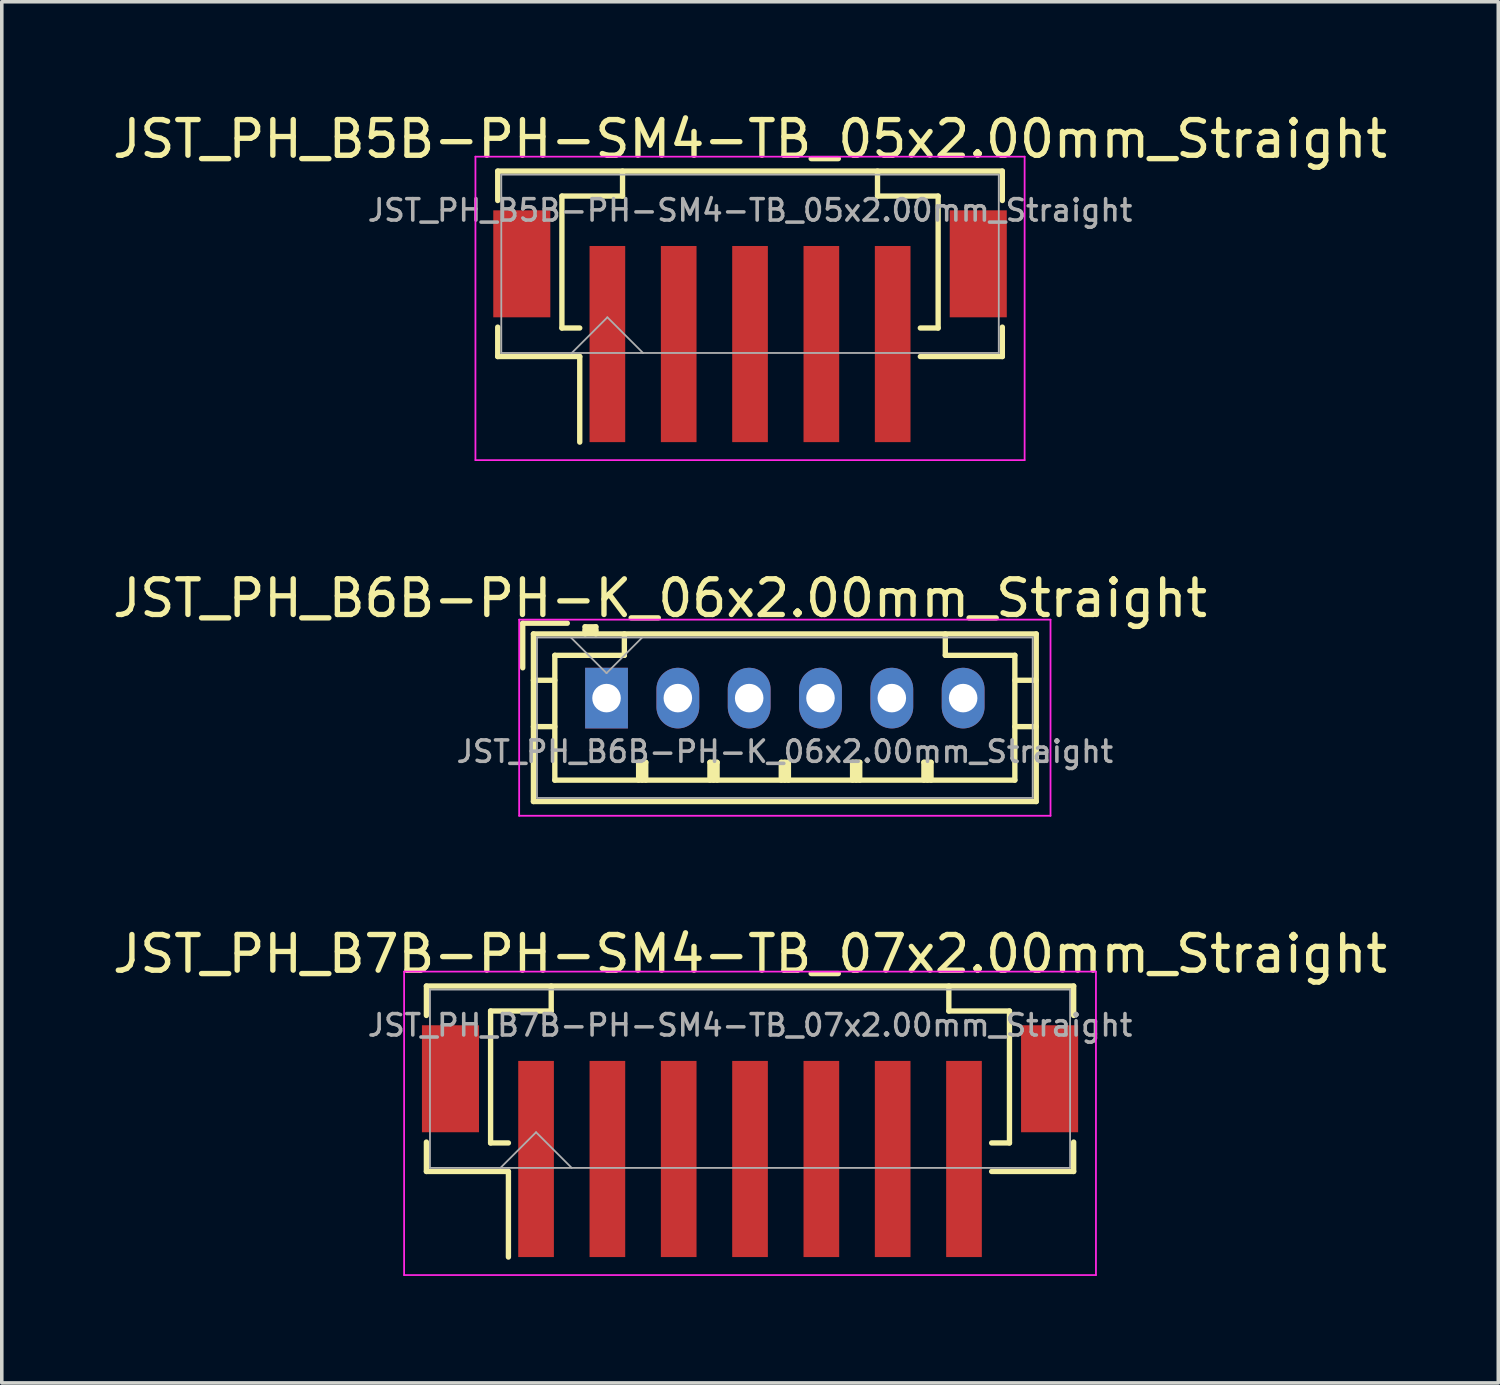
<source format=kicad_pcb>
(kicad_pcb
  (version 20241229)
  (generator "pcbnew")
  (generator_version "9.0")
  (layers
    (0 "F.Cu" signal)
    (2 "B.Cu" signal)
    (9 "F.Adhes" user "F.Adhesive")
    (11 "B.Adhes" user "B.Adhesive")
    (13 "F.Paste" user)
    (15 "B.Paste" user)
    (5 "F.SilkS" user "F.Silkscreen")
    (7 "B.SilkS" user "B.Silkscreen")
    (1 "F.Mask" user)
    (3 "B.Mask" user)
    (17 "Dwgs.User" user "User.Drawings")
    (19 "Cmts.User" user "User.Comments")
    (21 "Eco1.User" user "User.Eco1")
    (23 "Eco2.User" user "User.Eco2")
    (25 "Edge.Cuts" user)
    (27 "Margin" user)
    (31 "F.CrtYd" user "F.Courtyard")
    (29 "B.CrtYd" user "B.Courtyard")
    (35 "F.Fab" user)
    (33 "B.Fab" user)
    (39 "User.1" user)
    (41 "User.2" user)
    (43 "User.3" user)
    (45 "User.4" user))
  (footprint "JST_PH_B7B-PH-SM4-TB_07x2.00mm_Straight"
    (layer "F.Cu")
    (at 17.982 28.325)
    (property "Reference" "JST_PH_B7B-PH-SM4-TB_07x2.00mm_Straight" (at 0 -2.625 0) (layer "F.Fab") (effects (font (size 0.6 0.6) (thickness 0.1))))
    (attr smd)
    (fp_line (start -9.075 -3.725) (end 9.075 -3.725) (stroke (width 0.15) (type solid)) (layer "F.SilkS"))
    (fp_line (start -9.075 -2.9) (end -9.075 -3.725) (stroke (width 0.15) (type solid)) (layer "F.SilkS"))
    (fp_line (start -9.075 0.65) (end -9.075 1.475) (stroke (width 0.15) (type solid)) (layer "F.SilkS"))
    (fp_line (start -9.075 1.475) (end -6.775 1.475) (stroke (width 0.15) (type solid)) (layer "F.SilkS"))
    (fp_line (start -7.275 -3.025) (end -7.275 0.675) (stroke (width 0.15) (type solid)) (layer "F.SilkS"))
    (fp_line (start -7.275 0.675) (end -6.775 0.675) (stroke (width 0.15) (type solid)) (layer "F.SilkS"))
    (fp_line (start -6.775 1.475) (end -6.775 3.875) (stroke (width 0.15) (type solid)) (layer "F.SilkS"))
    (fp_line (start -5.575 -3.725) (end -5.575 -3.025) (stroke (width 0.15) (type solid)) (layer "F.SilkS"))
    (fp_line (start -5.575 -3.025) (end -7.275 -3.025) (stroke (width 0.15) (type solid)) (layer "F.SilkS"))
    (fp_line (start 5.575 -3.725) (end 5.575 -3.025) (stroke (width 0.15) (type solid)) (layer "F.SilkS"))
    (fp_line (start 5.575 -3.025) (end 7.275 -3.025) (stroke (width 0.15) (type solid)) (layer "F.SilkS"))
    (fp_line (start 7.275 -3.025) (end 7.275 0.675) (stroke (width 0.15) (type solid)) (layer "F.SilkS"))
    (fp_line (start 7.275 0.675) (end 6.775 0.675) (stroke (width 0.15) (type solid)) (layer "F.SilkS"))
    (fp_line (start 9.075 -3.725) (end 9.075 -2.9) (stroke (width 0.15) (type solid)) (layer "F.SilkS"))
    (fp_line (start 9.075 0.65) (end 9.075 1.475) (stroke (width 0.15) (type solid)) (layer "F.SilkS"))
    (fp_line (start 9.075 1.475) (end 6.775 1.475) (stroke (width 0.15) (type solid)) (layer "F.SilkS"))
    (fp_line (start -9.7 -4.13) (end -9.7 4.38) (stroke (width 0.05) (type solid)) (layer "F.CrtYd"))
    (fp_line (start -9.7 4.38) (end 9.7 4.38) (stroke (width 0.05) (type solid)) (layer "F.CrtYd"))
    (fp_line (start 9.7 -4.13) (end -9.7 -4.13) (stroke (width 0.05) (type solid)) (layer "F.CrtYd"))
    (fp_line (start 9.7 4.38) (end 9.7 -4.13) (stroke (width 0.05) (type solid)) (layer "F.CrtYd"))
    (fp_line (start -8.975 -3.625) (end -8.975 1.375) (stroke (width 0.05) (type solid)) (layer "F.Fab"))
    (fp_line (start -8.975 1.375) (end 8.975 1.375) (stroke (width 0.05) (type solid)) (layer "F.Fab"))
    (fp_line (start -7 1.375) (end -6 0.375) (stroke (width 0.05) (type solid)) (layer "F.Fab"))
    (fp_line (start -6 0.375) (end -5 1.375) (stroke (width 0.05) (type solid)) (layer "F.Fab"))
    (fp_line (start 8.975 -3.625) (end -8.975 -3.625) (stroke (width 0.05) (type solid)) (layer "F.Fab"))
    (fp_line (start 8.975 1.375) (end 8.975 -3.625) (stroke (width 0.05) (type solid)) (layer "F.Fab"))
    (fp_text user "${REFERENCE}" (at 0 -4.625 0) (layer "F.SilkS") (effects (font (size 1 1) (thickness 0.15))))
    (pad "" smd rect (at -8.4 -1.125) (size 1.6 3) (layers "F.Cu" "F.Mask" "F.Paste"))
    (pad "" smd rect (at 8.4 -1.125) (size 1.6 3) (layers "F.Cu" "F.Mask" "F.Paste"))
    (pad "1" smd rect (at -6 1.125) (size 1 5.5) (layers "F.Cu" "F.Mask" "F.Paste"))
    (pad "2" smd rect (at -4 1.125) (size 1 5.5) (layers "F.Cu" "F.Mask" "F.Paste"))
    (pad "3" smd rect (at -2 1.125) (size 1 5.5) (layers "F.Cu" "F.Mask" "F.Paste"))
    (pad "4" smd rect (at 0 1.125) (size 1 5.5) (layers "F.Cu" "F.Mask" "F.Paste"))
    (pad "5" smd rect (at 2 1.125) (size 1 5.5) (layers "F.Cu" "F.Mask" "F.Paste"))
    (pad "6" smd rect (at 4 1.125) (size 1 5.5) (layers "F.Cu" "F.Mask" "F.Paste"))
    (pad "7" smd rect (at 6 1.125) (size 1 5.5) (layers "F.Cu" "F.Mask" "F.Paste")))
  (footprint "JST_PH_B6B-PH-K_06x2.00mm_Straight"
    (layer "F.Cu")
    (at 13.958 16.526)
    (property "Reference" "JST_PH_B6B-PH-K_06x2.00mm_Straight" (at 5 1.5 0) (layer "F.Fab") (effects (font (size 0.6 0.6) (thickness 0.1))))
    (attr through_hole)
    (fp_line (start -2.35 -2.1) (end -2.35 -0.85) (stroke (width 0.15) (type solid)) (layer "F.SilkS"))
    (fp_line (start -2.05 -1.8) (end -2.05 2.9) (stroke (width 0.15) (type solid)) (layer "F.SilkS"))
    (fp_line (start -2.05 -0.5) (end -1.45 -0.5) (stroke (width 0.15) (type solid)) (layer "F.SilkS"))
    (fp_line (start -2.05 0.8) (end -1.45 0.8) (stroke (width 0.15) (type solid)) (layer "F.SilkS"))
    (fp_line (start -2.05 2.9) (end 12.05 2.9) (stroke (width 0.15) (type solid)) (layer "F.SilkS"))
    (fp_line (start -1.45 -1.2) (end -1.45 2.3) (stroke (width 0.15) (type solid)) (layer "F.SilkS"))
    (fp_line (start -1.45 2.3) (end 11.45 2.3) (stroke (width 0.15) (type solid)) (layer "F.SilkS"))
    (fp_line (start -1.1 -2.1) (end -2.35 -2.1) (stroke (width 0.15) (type solid)) (layer "F.SilkS"))
    (fp_line (start -0.6 -2) (end -0.6 -1.8) (stroke (width 0.15) (type solid)) (layer "F.SilkS"))
    (fp_line (start -0.3 -2) (end -0.6 -2) (stroke (width 0.15) (type solid)) (layer "F.SilkS"))
    (fp_line (start -0.3 -1.9) (end -0.6 -1.9) (stroke (width 0.15) (type solid)) (layer "F.SilkS"))
    (fp_line (start -0.3 -1.8) (end -0.3 -2) (stroke (width 0.15) (type solid)) (layer "F.SilkS"))
    (fp_line (start 0.5 -1.8) (end 0.5 -1.2) (stroke (width 0.15) (type solid)) (layer "F.SilkS"))
    (fp_line (start 0.5 -1.2) (end -1.45 -1.2) (stroke (width 0.15) (type solid)) (layer "F.SilkS"))
    (fp_line (start 0.9 1.8) (end 1.1 1.8) (stroke (width 0.15) (type solid)) (layer "F.SilkS"))
    (fp_line (start 0.9 2.3) (end 0.9 1.8) (stroke (width 0.15) (type solid)) (layer "F.SilkS"))
    (fp_line (start 1 2.3) (end 1 1.8) (stroke (width 0.15) (type solid)) (layer "F.SilkS"))
    (fp_line (start 1.1 1.8) (end 1.1 2.3) (stroke (width 0.15) (type solid)) (layer "F.SilkS"))
    (fp_line (start 2.9 1.8) (end 3.1 1.8) (stroke (width 0.15) (type solid)) (layer "F.SilkS"))
    (fp_line (start 2.9 2.3) (end 2.9 1.8) (stroke (width 0.15) (type solid)) (layer "F.SilkS"))
    (fp_line (start 3 2.3) (end 3 1.8) (stroke (width 0.15) (type solid)) (layer "F.SilkS"))
    (fp_line (start 3.1 1.8) (end 3.1 2.3) (stroke (width 0.15) (type solid)) (layer "F.SilkS"))
    (fp_line (start 4.9 1.8) (end 5.1 1.8) (stroke (width 0.15) (type solid)) (layer "F.SilkS"))
    (fp_line (start 4.9 2.3) (end 4.9 1.8) (stroke (width 0.15) (type solid)) (layer "F.SilkS"))
    (fp_line (start 5 2.3) (end 5 1.8) (stroke (width 0.15) (type solid)) (layer "F.SilkS"))
    (fp_line (start 5.1 1.8) (end 5.1 2.3) (stroke (width 0.15) (type solid)) (layer "F.SilkS"))
    (fp_line (start 6.9 1.8) (end 7.1 1.8) (stroke (width 0.15) (type solid)) (layer "F.SilkS"))
    (fp_line (start 6.9 2.3) (end 6.9 1.8) (stroke (width 0.15) (type solid)) (layer "F.SilkS"))
    (fp_line (start 7 2.3) (end 7 1.8) (stroke (width 0.15) (type solid)) (layer "F.SilkS"))
    (fp_line (start 7.1 1.8) (end 7.1 2.3) (stroke (width 0.15) (type solid)) (layer "F.SilkS"))
    (fp_line (start 8.9 1.8) (end 9.1 1.8) (stroke (width 0.15) (type solid)) (layer "F.SilkS"))
    (fp_line (start 8.9 2.3) (end 8.9 1.8) (stroke (width 0.15) (type solid)) (layer "F.SilkS"))
    (fp_line (start 9 2.3) (end 9 1.8) (stroke (width 0.15) (type solid)) (layer "F.SilkS"))
    (fp_line (start 9.1 1.8) (end 9.1 2.3) (stroke (width 0.15) (type solid)) (layer "F.SilkS"))
    (fp_line (start 9.5 -1.2) (end 9.5 -1.8) (stroke (width 0.15) (type solid)) (layer "F.SilkS"))
    (fp_line (start 11.45 -1.2) (end 9.5 -1.2) (stroke (width 0.15) (type solid)) (layer "F.SilkS"))
    (fp_line (start 11.45 2.3) (end 11.45 -1.2) (stroke (width 0.15) (type solid)) (layer "F.SilkS"))
    (fp_line (start 12.05 -1.8) (end -2.05 -1.8) (stroke (width 0.15) (type solid)) (layer "F.SilkS"))
    (fp_line (start 12.05 -0.5) (end 11.45 -0.5) (stroke (width 0.15) (type solid)) (layer "F.SilkS"))
    (fp_line (start 12.05 0.8) (end 11.45 0.8) (stroke (width 0.15) (type solid)) (layer "F.SilkS"))
    (fp_line (start 12.05 2.9) (end 12.05 -1.8) (stroke (width 0.15) (type solid)) (layer "F.SilkS"))
    (fp_line (start -2.45 -2.2) (end -2.45 3.3) (stroke (width 0.05) (type solid)) (layer "F.CrtYd"))
    (fp_line (start -2.45 3.3) (end 12.45 3.3) (stroke (width 0.05) (type solid)) (layer "F.CrtYd"))
    (fp_line (start 12.45 -2.2) (end -2.45 -2.2) (stroke (width 0.05) (type solid)) (layer "F.CrtYd"))
    (fp_line (start 12.45 3.3) (end 12.45 -2.2) (stroke (width 0.05) (type solid)) (layer "F.CrtYd"))
    (fp_line (start -1.95 -1.7) (end -1.95 2.8) (stroke (width 0.05) (type solid)) (layer "F.Fab"))
    (fp_line (start -1.95 2.8) (end 11.95 2.8) (stroke (width 0.05) (type solid)) (layer "F.Fab"))
    (fp_line (start -1 -1.7) (end 0 -0.7) (stroke (width 0.05) (type solid)) (layer "F.Fab"))
    (fp_line (start 0 -0.7) (end 1 -1.7) (stroke (width 0.05) (type solid)) (layer "F.Fab"))
    (fp_line (start 11.95 -1.7) (end -1.95 -1.7) (stroke (width 0.05) (type solid)) (layer "F.Fab"))
    (fp_line (start 11.95 2.8) (end 11.95 -1.7) (stroke (width 0.05) (type solid)) (layer "F.Fab"))
    (fp_text user "${REFERENCE}" (at 1.5 -2.8 0) (layer "F.SilkS") (effects (font (size 1 1) (thickness 0.15))))
    (pad "1" thru_hole rect (at 0 0) (size 1.2 1.7) (drill 0.8) (layers "*.Cu" "*.Mask"))
    (pad "2" thru_hole oval (at 2 0) (size 1.2 1.7) (drill 0.8) (layers "*.Cu" "*.Mask"))
    (pad "3" thru_hole oval (at 4 0) (size 1.2 1.7) (drill 0.8) (layers "*.Cu" "*.Mask"))
    (pad "4" thru_hole oval (at 6 0) (size 1.2 1.7) (drill 0.8) (layers "*.Cu" "*.Mask"))
    (pad "5" thru_hole oval (at 8 0) (size 1.2 1.7) (drill 0.8) (layers "*.Cu" "*.Mask"))
    (pad "6" thru_hole oval (at 10 0) (size 1.2 1.7) (drill 0.8) (layers "*.Cu" "*.Mask")))
  (footprint "JST_PH_B5B-PH-SM4-TB_05x2.00mm_Straight"
    (layer "F.Cu")
    (at 17.982 5.473)
    (property "Reference" "JST_PH_B5B-PH-SM4-TB_05x2.00mm_Straight" (at 0 -2.625 0) (layer "F.Fab") (effects (font (size 0.6 0.6) (thickness 0.1))))
    (attr smd)
    (fp_line (start -7.075 -3.725) (end 7.075 -3.725) (stroke (width 0.15) (type solid)) (layer "F.SilkS"))
    (fp_line (start -7.075 -2.9) (end -7.075 -3.725) (stroke (width 0.15) (type solid)) (layer "F.SilkS"))
    (fp_line (start -7.075 0.65) (end -7.075 1.475) (stroke (width 0.15) (type solid)) (layer "F.SilkS"))
    (fp_line (start -7.075 1.475) (end -4.775 1.475) (stroke (width 0.15) (type solid)) (layer "F.SilkS"))
    (fp_line (start -5.275 -3.025) (end -5.275 0.675) (stroke (width 0.15) (type solid)) (layer "F.SilkS"))
    (fp_line (start -5.275 0.675) (end -4.775 0.675) (stroke (width 0.15) (type solid)) (layer "F.SilkS"))
    (fp_line (start -4.775 1.475) (end -4.775 3.875) (stroke (width 0.15) (type solid)) (layer "F.SilkS"))
    (fp_line (start -3.575 -3.725) (end -3.575 -3.025) (stroke (width 0.15) (type solid)) (layer "F.SilkS"))
    (fp_line (start -3.575 -3.025) (end -5.275 -3.025) (stroke (width 0.15) (type solid)) (layer "F.SilkS"))
    (fp_line (start 3.575 -3.725) (end 3.575 -3.025) (stroke (width 0.15) (type solid)) (layer "F.SilkS"))
    (fp_line (start 3.575 -3.025) (end 5.275 -3.025) (stroke (width 0.15) (type solid)) (layer "F.SilkS"))
    (fp_line (start 5.275 -3.025) (end 5.275 0.675) (stroke (width 0.15) (type solid)) (layer "F.SilkS"))
    (fp_line (start 5.275 0.675) (end 4.775 0.675) (stroke (width 0.15) (type solid)) (layer "F.SilkS"))
    (fp_line (start 7.075 -3.725) (end 7.075 -2.9) (stroke (width 0.15) (type solid)) (layer "F.SilkS"))
    (fp_line (start 7.075 0.65) (end 7.075 1.475) (stroke (width 0.15) (type solid)) (layer "F.SilkS"))
    (fp_line (start 7.075 1.475) (end 4.775 1.475) (stroke (width 0.15) (type solid)) (layer "F.SilkS"))
    (fp_line (start -7.7 -4.13) (end -7.7 4.38) (stroke (width 0.05) (type solid)) (layer "F.CrtYd"))
    (fp_line (start -7.7 4.38) (end 7.7 4.38) (stroke (width 0.05) (type solid)) (layer "F.CrtYd"))
    (fp_line (start 7.7 -4.13) (end -7.7 -4.13) (stroke (width 0.05) (type solid)) (layer "F.CrtYd"))
    (fp_line (start 7.7 4.38) (end 7.7 -4.13) (stroke (width 0.05) (type solid)) (layer "F.CrtYd"))
    (fp_line (start -6.975 -3.625) (end -6.975 1.375) (stroke (width 0.05) (type solid)) (layer "F.Fab"))
    (fp_line (start -6.975 1.375) (end 6.975 1.375) (stroke (width 0.05) (type solid)) (layer "F.Fab"))
    (fp_line (start -5 1.375) (end -4 0.375) (stroke (width 0.05) (type solid)) (layer "F.Fab"))
    (fp_line (start -4 0.375) (end -3 1.375) (stroke (width 0.05) (type solid)) (layer "F.Fab"))
    (fp_line (start 6.975 -3.625) (end -6.975 -3.625) (stroke (width 0.05) (type solid)) (layer "F.Fab"))
    (fp_line (start 6.975 1.375) (end 6.975 -3.625) (stroke (width 0.05) (type solid)) (layer "F.Fab"))
    (fp_text user "${REFERENCE}" (at 0 -4.625 0) (layer "F.SilkS") (effects (font (size 1 1) (thickness 0.15))))
    (pad "" smd rect (at -6.4 -1.125) (size 1.6 3) (layers "F.Cu" "F.Mask" "F.Paste"))
    (pad "" smd rect (at 6.4 -1.125) (size 1.6 3) (layers "F.Cu" "F.Mask" "F.Paste"))
    (pad "1" smd rect (at -4 1.125) (size 1 5.5) (layers "F.Cu" "F.Mask" "F.Paste"))
    (pad "2" smd rect (at -2 1.125) (size 1 5.5) (layers "F.Cu" "F.Mask" "F.Paste"))
    (pad "3" smd rect (at 0 1.125) (size 1 5.5) (layers "F.Cu" "F.Mask" "F.Paste"))
    (pad "4" smd rect (at 2 1.125) (size 1 5.5) (layers "F.Cu" "F.Mask" "F.Paste"))
    (pad "5" smd rect (at 4 1.125) (size 1 5.5) (layers "F.Cu" "F.Mask" "F.Paste")))
  (gr_rect
    (start -3 -3)
    (end 38.964 35.73)
    (stroke (width 0.1) (type default))
    (fill no)
    (layer "Edge.Cuts")))
</source>
